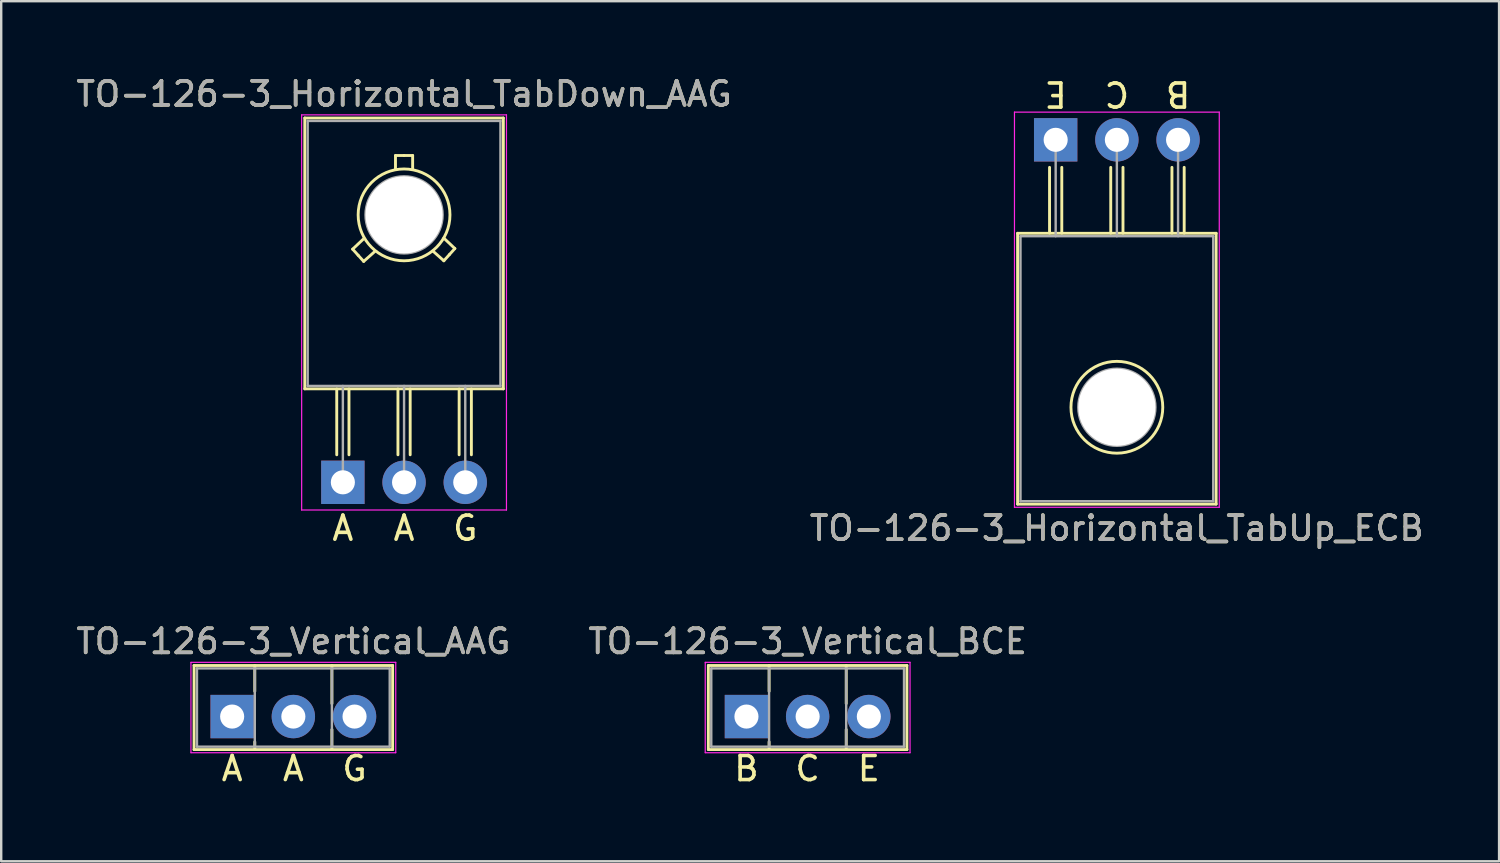
<source format=kicad_pcb>
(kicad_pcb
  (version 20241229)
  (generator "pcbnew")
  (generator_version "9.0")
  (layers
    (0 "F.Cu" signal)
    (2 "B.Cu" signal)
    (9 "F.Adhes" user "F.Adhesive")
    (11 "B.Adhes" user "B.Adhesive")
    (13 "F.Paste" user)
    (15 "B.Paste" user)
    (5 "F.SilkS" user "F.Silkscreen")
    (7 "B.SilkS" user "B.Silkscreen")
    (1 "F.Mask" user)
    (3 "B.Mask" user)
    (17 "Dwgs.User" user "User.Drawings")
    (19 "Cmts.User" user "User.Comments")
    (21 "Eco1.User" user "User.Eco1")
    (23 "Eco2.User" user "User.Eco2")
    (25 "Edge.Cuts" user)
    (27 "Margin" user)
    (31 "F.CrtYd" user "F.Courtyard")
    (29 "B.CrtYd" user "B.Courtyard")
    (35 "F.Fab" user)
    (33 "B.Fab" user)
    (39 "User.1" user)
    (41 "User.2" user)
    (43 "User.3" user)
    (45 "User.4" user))
  (footprint "TO-126-3_Horizontal_TabDown_AAG"
    (layer "F.Cu")
    (at 11.18 16.968)
    (property "Reference" "TO-126-3_Horizontal_TabDown_AAG" (at 2.54 -16.12 0) (layer "F.SilkS") (effects (font (size 1 1) (thickness 0.15))))
    (fp_line (start -1.58 -15.12) (end -1.58 -3.88) (stroke (width 0.12) (type solid)) (layer "F.SilkS"))
    (fp_line (start -1.58 -15.12) (end 6.66 -15.12) (stroke (width 0.12) (type solid)) (layer "F.SilkS"))
    (fp_line (start -1.58 -3.88) (end 6.66 -3.88) (stroke (width 0.12) (type solid)) (layer "F.SilkS"))
    (fp_line (start -0.254 -1.143) (end -0.254 -3.873) (stroke (width 0.12) (type solid)) (layer "F.SilkS"))
    (fp_line (start 0.254 -3.873) (end 0.254 -1.143) (stroke (width 0.12) (type solid)) (layer "F.SilkS"))
    (fp_line (start 0.406 -9.677) (end 0.864 -10.109) (stroke (width 0.12) (type solid)) (layer "F.SilkS"))
    (fp_line (start 0.635 -9.423) (end 0.406 -9.677) (stroke (width 0.12) (type solid)) (layer "F.SilkS"))
    (fp_line (start 0.864 -9.169) (end 0.635 -9.423) (stroke (width 0.12) (type solid)) (layer "F.SilkS"))
    (fp_line (start 0.864 -9.169) (end 1.321 -9.576) (stroke (width 0.12) (type solid)) (layer "F.SilkS"))
    (fp_line (start 2.184 -13.564) (end 2.184 -13.005) (stroke (width 0.12) (type solid)) (layer "F.SilkS"))
    (fp_line (start 2.184 -13.564) (end 2.54 -13.564) (stroke (width 0.12) (type solid)) (layer "F.SilkS"))
    (fp_line (start 2.286 -1.143) (end 2.286 -3.873) (stroke (width 0.12) (type solid)) (layer "F.SilkS"))
    (fp_line (start 2.54 -13.564) (end 2.896 -13.564) (stroke (width 0.12) (type solid)) (layer "F.SilkS"))
    (fp_line (start 2.794 -3.873) (end 2.794 -1.143) (stroke (width 0.12) (type solid)) (layer "F.SilkS"))
    (fp_line (start 2.896 -13.564) (end 2.896 -12.979) (stroke (width 0.12) (type solid)) (layer "F.SilkS"))
    (fp_line (start 4.191 -9.195) (end 3.734 -9.601) (stroke (width 0.12) (type solid)) (layer "F.SilkS"))
    (fp_line (start 4.191 -9.195) (end 4.42 -9.449) (stroke (width 0.12) (type solid)) (layer "F.SilkS"))
    (fp_line (start 4.42 -9.449) (end 4.648 -9.703) (stroke (width 0.12) (type solid)) (layer "F.SilkS"))
    (fp_line (start 4.648 -9.703) (end 4.191 -10.135) (stroke (width 0.12) (type solid)) (layer "F.SilkS"))
    (fp_line (start 4.826 -1.143) (end 4.826 -3.873) (stroke (width 0.12) (type solid)) (layer "F.SilkS"))
    (fp_line (start 5.334 -3.873) (end 5.334 -1.143) (stroke (width 0.12) (type solid)) (layer "F.SilkS"))
    (fp_line (start 6.66 -15.12) (end 6.66 -3.88) (stroke (width 0.12) (type solid)) (layer "F.SilkS"))
    (fp_circle (center 2.54 -11.1) (end 4.445 -11.125) (stroke (width 0.12) (type solid)) (fill no) (layer "F.SilkS"))
    (fp_line (start -1.71 -15.25) (end -1.71 1.15) (stroke (width 0.05) (type solid)) (layer "F.CrtYd"))
    (fp_line (start -1.71 1.15) (end 6.79 1.15) (stroke (width 0.05) (type solid)) (layer "F.CrtYd"))
    (fp_line (start 6.79 -15.25) (end -1.71 -15.25) (stroke (width 0.05) (type solid)) (layer "F.CrtYd"))
    (fp_line (start 6.79 1.15) (end 6.79 -15.25) (stroke (width 0.05) (type solid)) (layer "F.CrtYd"))
    (fp_line (start -1.46 -15) (end 6.54 -15) (stroke (width 0.1) (type solid)) (layer "F.Fab"))
    (fp_line (start -1.46 -4) (end -1.46 -15) (stroke (width 0.1) (type solid)) (layer "F.Fab"))
    (fp_line (start 0 -4) (end 0 0) (stroke (width 0.1) (type solid)) (layer "F.Fab"))
    (fp_line (start 2.54 -4) (end 2.54 0) (stroke (width 0.1) (type solid)) (layer "F.Fab"))
    (fp_line (start 5.08 -4) (end 5.08 0) (stroke (width 0.1) (type solid)) (layer "F.Fab"))
    (fp_line (start 6.54 -15) (end 6.54 -4) (stroke (width 0.1) (type solid)) (layer "F.Fab"))
    (fp_line (start 6.54 -4) (end -1.46 -4) (stroke (width 0.1) (type solid)) (layer "F.Fab"))
    (fp_circle (center 2.54 -11.1) (end 4.14 -11.1) (stroke (width 0.1) (type solid)) (fill no) (layer "F.Fab"))
    (fp_text user "A" (at 2.54 1.905 0) (unlocked yes) (layer "F.SilkS") (effects (font (size 1 1) (thickness 0.15))))
    (fp_text user "G" (at 5.08 1.905 0) (unlocked yes) (layer "F.SilkS") (effects (font (size 1 1) (thickness 0.15))))
    (fp_text user "A" (at 0 1.905 0) (unlocked yes) (layer "F.SilkS") (effects (font (size 1 1) (thickness 0.15))))
    (fp_text user "${REFERENCE}" (at 2.54 -16.12 0) (layer "F.Fab") (effects (font (size 1 1) (thickness 0.15))))
    (pad "" np_thru_hole oval (at 2.54 -11.1) (size 3.2 3.2) (drill 3.2) (layers "*.Cu" "*.Mask"))
    (pad "1" thru_hole rect (at 0 0) (size 1.8 1.8) (drill 1) (layers "*.Cu" "*.Mask"))
    (pad "2" thru_hole oval (at 2.54 0) (size 1.8 1.8) (drill 1) (layers "*.Cu" "*.Mask"))
    (pad "3" thru_hole oval (at 5.08 0) (size 1.8 1.8) (drill 1) (layers "*.Cu" "*.Mask")))
  (footprint "TO-126-3_Vertical_BCE"
    (layer "F.Cu")
    (at 27.93 26.69)
    (property "Reference" "TO-126-3_Vertical_BCE" (at 2.54 -3.12 0) (layer "F.SilkS") (effects (font (size 1 1) (thickness 0.15))))
    (attr through_hole)
    (fp_line (start -1.58 -2.12) (end -1.58 1.37) (stroke (width 0.12) (type solid)) (layer "F.SilkS"))
    (fp_line (start -1.58 -2.12) (end 6.66 -2.12) (stroke (width 0.12) (type solid)) (layer "F.SilkS"))
    (fp_line (start -1.58 1.37) (end 6.66 1.37) (stroke (width 0.12) (type solid)) (layer "F.SilkS"))
    (fp_line (start 0.94 -2.12) (end 0.94 -1.05) (stroke (width 0.12) (type solid)) (layer "F.SilkS"))
    (fp_line (start 0.94 1.05) (end 0.94 1.37) (stroke (width 0.12) (type solid)) (layer "F.SilkS"))
    (fp_line (start 4.141 -2.12) (end 4.141 -0.54) (stroke (width 0.12) (type solid)) (layer "F.SilkS"))
    (fp_line (start 4.141 0.54) (end 4.141 1.37) (stroke (width 0.12) (type solid)) (layer "F.SilkS"))
    (fp_line (start 6.66 -2.12) (end 6.66 1.37) (stroke (width 0.12) (type solid)) (layer "F.SilkS"))
    (fp_line (start -1.71 -2.25) (end -1.71 1.5) (stroke (width 0.05) (type solid)) (layer "F.CrtYd"))
    (fp_line (start -1.71 1.5) (end 6.79 1.5) (stroke (width 0.05) (type solid)) (layer "F.CrtYd"))
    (fp_line (start 6.79 -2.25) (end -1.71 -2.25) (stroke (width 0.05) (type solid)) (layer "F.CrtYd"))
    (fp_line (start 6.79 1.5) (end 6.79 -2.25) (stroke (width 0.05) (type solid)) (layer "F.CrtYd"))
    (fp_line (start -1.46 -2) (end -1.46 1.25) (stroke (width 0.1) (type solid)) (layer "F.Fab"))
    (fp_line (start -1.46 1.25) (end 6.54 1.25) (stroke (width 0.1) (type solid)) (layer "F.Fab"))
    (fp_line (start 0.94 -2) (end 0.94 1.25) (stroke (width 0.1) (type solid)) (layer "F.Fab"))
    (fp_line (start 4.14 -2) (end 4.14 1.25) (stroke (width 0.1) (type solid)) (layer "F.Fab"))
    (fp_line (start 6.54 -2) (end -1.46 -2) (stroke (width 0.1) (type solid)) (layer "F.Fab"))
    (fp_line (start 6.54 1.25) (end 6.54 -2) (stroke (width 0.1) (type solid)) (layer "F.Fab"))
    (fp_text user "E" (at 5.08 2.159 0) (layer "F.SilkS") (effects (font (size 1 1) (thickness 0.15))))
    (fp_text user "C" (at 2.54 2.159 0) (layer "F.SilkS") (effects (font (size 1 1) (thickness 0.15))))
    (fp_text user "B" (at 0 2.159 0) (layer "F.SilkS") (effects (font (size 1 1) (thickness 0.15))))
    (fp_text user "${REFERENCE}" (at 2.54 -3.12 0) (layer "F.Fab") (effects (font (size 1 1) (thickness 0.15))))
    (pad "1" thru_hole rect (at 0 0) (size 1.8 1.8) (drill 1) (layers "*.Cu" "*.Mask"))
    (pad "2" thru_hole oval (at 2.54 0) (size 1.8 1.8) (drill 1) (layers "*.Cu" "*.Mask"))
    (pad "3" thru_hole oval (at 5.08 0) (size 1.8 1.8) (drill 1) (layers "*.Cu" "*.Mask")))
  (footprint "TO-126-3_Horizontal_TabUp_ECB"
    (layer "F.Cu")
    (at 40.764 2.753)
    (property "Reference" "TO-126-3_Horizontal_TabUp_ECB" (at 2.54 16.12 0) (layer "F.SilkS") (effects (font (size 1 1) (thickness 0.15))))
    (fp_line (start -1.58 3.88) (end -1.58 15.12) (stroke (width 0.12) (type solid)) (layer "F.SilkS"))
    (fp_line (start -1.58 3.88) (end 6.66 3.88) (stroke (width 0.12) (type solid)) (layer "F.SilkS"))
    (fp_line (start -1.58 15.12) (end 6.66 15.12) (stroke (width 0.12) (type solid)) (layer "F.SilkS"))
    (fp_line (start -0.254 3.873) (end -0.254 1.143) (stroke (width 0.12) (type solid)) (layer "F.SilkS"))
    (fp_line (start 0.254 1.143) (end 0.254 3.873) (stroke (width 0.12) (type solid)) (layer "F.SilkS"))
    (fp_line (start 2.286 3.873) (end 2.286 1.143) (stroke (width 0.12) (type solid)) (layer "F.SilkS"))
    (fp_line (start 2.794 1.143) (end 2.794 3.873) (stroke (width 0.12) (type solid)) (layer "F.SilkS"))
    (fp_line (start 4.826 3.873) (end 4.826 1.143) (stroke (width 0.12) (type solid)) (layer "F.SilkS"))
    (fp_line (start 5.334 1.143) (end 5.334 3.873) (stroke (width 0.12) (type solid)) (layer "F.SilkS"))
    (fp_line (start 6.66 3.88) (end 6.66 15.12) (stroke (width 0.12) (type solid)) (layer "F.SilkS"))
    (fp_circle (center 2.54 11.1) (end 0.635 11.125) (stroke (width 0.12) (type solid)) (fill no) (layer "F.SilkS"))
    (fp_line (start -1.71 -1.15) (end -1.71 15.25) (stroke (width 0.05) (type solid)) (layer "F.CrtYd"))
    (fp_line (start -1.71 15.25) (end 6.79 15.25) (stroke (width 0.05) (type solid)) (layer "F.CrtYd"))
    (fp_line (start 6.79 -1.15) (end -1.71 -1.15) (stroke (width 0.05) (type solid)) (layer "F.CrtYd"))
    (fp_line (start 6.79 15.25) (end 6.79 -1.15) (stroke (width 0.05) (type solid)) (layer "F.CrtYd"))
    (fp_line (start -1.46 4) (end -1.46 15) (stroke (width 0.1) (type solid)) (layer "F.Fab"))
    (fp_line (start -1.46 15) (end 6.54 15) (stroke (width 0.1) (type solid)) (layer "F.Fab"))
    (fp_line (start 0 4) (end 0 0) (stroke (width 0.1) (type solid)) (layer "F.Fab"))
    (fp_line (start 2.54 4) (end 2.54 0) (stroke (width 0.1) (type solid)) (layer "F.Fab"))
    (fp_line (start 5.08 4) (end 5.08 0) (stroke (width 0.1) (type solid)) (layer "F.Fab"))
    (fp_line (start 6.54 4) (end -1.46 4) (stroke (width 0.1) (type solid)) (layer "F.Fab"))
    (fp_line (start 6.54 15) (end 6.54 4) (stroke (width 0.1) (type solid)) (layer "F.Fab"))
    (fp_circle (center 2.54 11.1) (end 4.14 11.1) (stroke (width 0.1) (type solid)) (fill no) (layer "F.Fab"))
    (fp_text user "B" (at 5.08 -1.905 180) (unlocked yes) (layer "F.SilkS") (effects (font (size 1 1) (thickness 0.15))))
    (fp_text user "C" (at 2.54 -1.905 180) (unlocked yes) (layer "F.SilkS") (effects (font (size 1 1) (thickness 0.15))))
    (fp_text user "E" (at 0 -1.905 180) (unlocked yes) (layer "F.SilkS") (effects (font (size 1 1) (thickness 0.15))))
    (fp_text user "${REFERENCE}" (at 2.54 16.12 0) (layer "F.Fab") (effects (font (size 1 1) (thickness 0.15))))
    (pad "" np_thru_hole oval (at 2.54 11.1) (size 3.2 3.2) (drill 3.2) (layers "*.Cu" "*.Mask"))
    (pad "1" thru_hole rect (at 0 0) (size 1.8 1.8) (drill 1) (layers "*.Cu" "*.Mask"))
    (pad "2" thru_hole oval (at 2.54 0) (size 1.8 1.8) (drill 1) (layers "*.Cu" "*.Mask"))
    (pad "3" thru_hole oval (at 5.08 0) (size 1.8 1.8) (drill 1) (layers "*.Cu" "*.Mask")))
  (footprint "TO-126-3_Vertical_AAG"
    (layer "F.Cu")
    (at 6.585 26.69)
    (property "Reference" "TO-126-3_Vertical_AAG" (at 2.54 -3.12 0) (layer "F.SilkS") (effects (font (size 1 1) (thickness 0.15))))
    (fp_line (start -1.58 -2.12) (end -1.58 1.37) (stroke (width 0.12) (type solid)) (layer "F.SilkS"))
    (fp_line (start -1.58 -2.12) (end 6.66 -2.12) (stroke (width 0.12) (type solid)) (layer "F.SilkS"))
    (fp_line (start -1.58 1.37) (end 6.66 1.37) (stroke (width 0.12) (type solid)) (layer "F.SilkS"))
    (fp_line (start 0.94 -2.12) (end 0.94 -1.05) (stroke (width 0.12) (type solid)) (layer "F.SilkS"))
    (fp_line (start 0.94 1.05) (end 0.94 1.37) (stroke (width 0.12) (type solid)) (layer "F.SilkS"))
    (fp_line (start 4.141 -2.12) (end 4.141 -0.54) (stroke (width 0.12) (type solid)) (layer "F.SilkS"))
    (fp_line (start 4.141 0.54) (end 4.141 1.37) (stroke (width 0.12) (type solid)) (layer "F.SilkS"))
    (fp_line (start 6.66 -2.12) (end 6.66 1.37) (stroke (width 0.12) (type solid)) (layer "F.SilkS"))
    (fp_line (start -1.71 -2.25) (end -1.71 1.5) (stroke (width 0.05) (type solid)) (layer "F.CrtYd"))
    (fp_line (start -1.71 1.5) (end 6.79 1.5) (stroke (width 0.05) (type solid)) (layer "F.CrtYd"))
    (fp_line (start 6.79 -2.25) (end -1.71 -2.25) (stroke (width 0.05) (type solid)) (layer "F.CrtYd"))
    (fp_line (start 6.79 1.5) (end 6.79 -2.25) (stroke (width 0.05) (type solid)) (layer "F.CrtYd"))
    (fp_line (start -1.46 -2) (end -1.46 1.25) (stroke (width 0.1) (type solid)) (layer "F.Fab"))
    (fp_line (start -1.46 1.25) (end 6.54 1.25) (stroke (width 0.1) (type solid)) (layer "F.Fab"))
    (fp_line (start 0.94 -2) (end 0.94 1.25) (stroke (width 0.1) (type solid)) (layer "F.Fab"))
    (fp_line (start 4.14 -2) (end 4.14 1.25) (stroke (width 0.1) (type solid)) (layer "F.Fab"))
    (fp_line (start 6.54 -2) (end -1.46 -2) (stroke (width 0.1) (type solid)) (layer "F.Fab"))
    (fp_line (start 6.54 1.25) (end 6.54 -2) (stroke (width 0.1) (type solid)) (layer "F.Fab"))
    (fp_text user "G" (at 5.08 2.159 0) (unlocked yes) (layer "F.SilkS") (effects (font (size 1 1) (thickness 0.15))))
    (fp_text user "A" (at 0 2.159 0) (unlocked yes) (layer "F.SilkS") (effects (font (size 1 1) (thickness 0.15))))
    (fp_text user "A" (at 2.54 2.159 0) (unlocked yes) (layer "F.SilkS") (effects (font (size 1 1) (thickness 0.15))))
    (fp_text user "${REFERENCE}" (at 2.54 -3.12 0) (layer "F.Fab") (effects (font (size 1 1) (thickness 0.15))))
    (pad "1" thru_hole rect (at 0 0) (size 1.8 1.8) (drill 1) (layers "*.Cu" "*.Mask"))
    (pad "2" thru_hole oval (at 2.54 0) (size 1.8 1.8) (drill 1) (layers "*.Cu" "*.Mask"))
    (pad "3" thru_hole oval (at 5.08 0) (size 1.8 1.8) (drill 1) (layers "*.Cu" "*.Mask")))
  (gr_rect
    (start -3 -3)
    (end 59.167 32.697)
    (stroke (width 0.1) (type default))
    (fill no)
    (layer "Edge.Cuts")))
</source>
